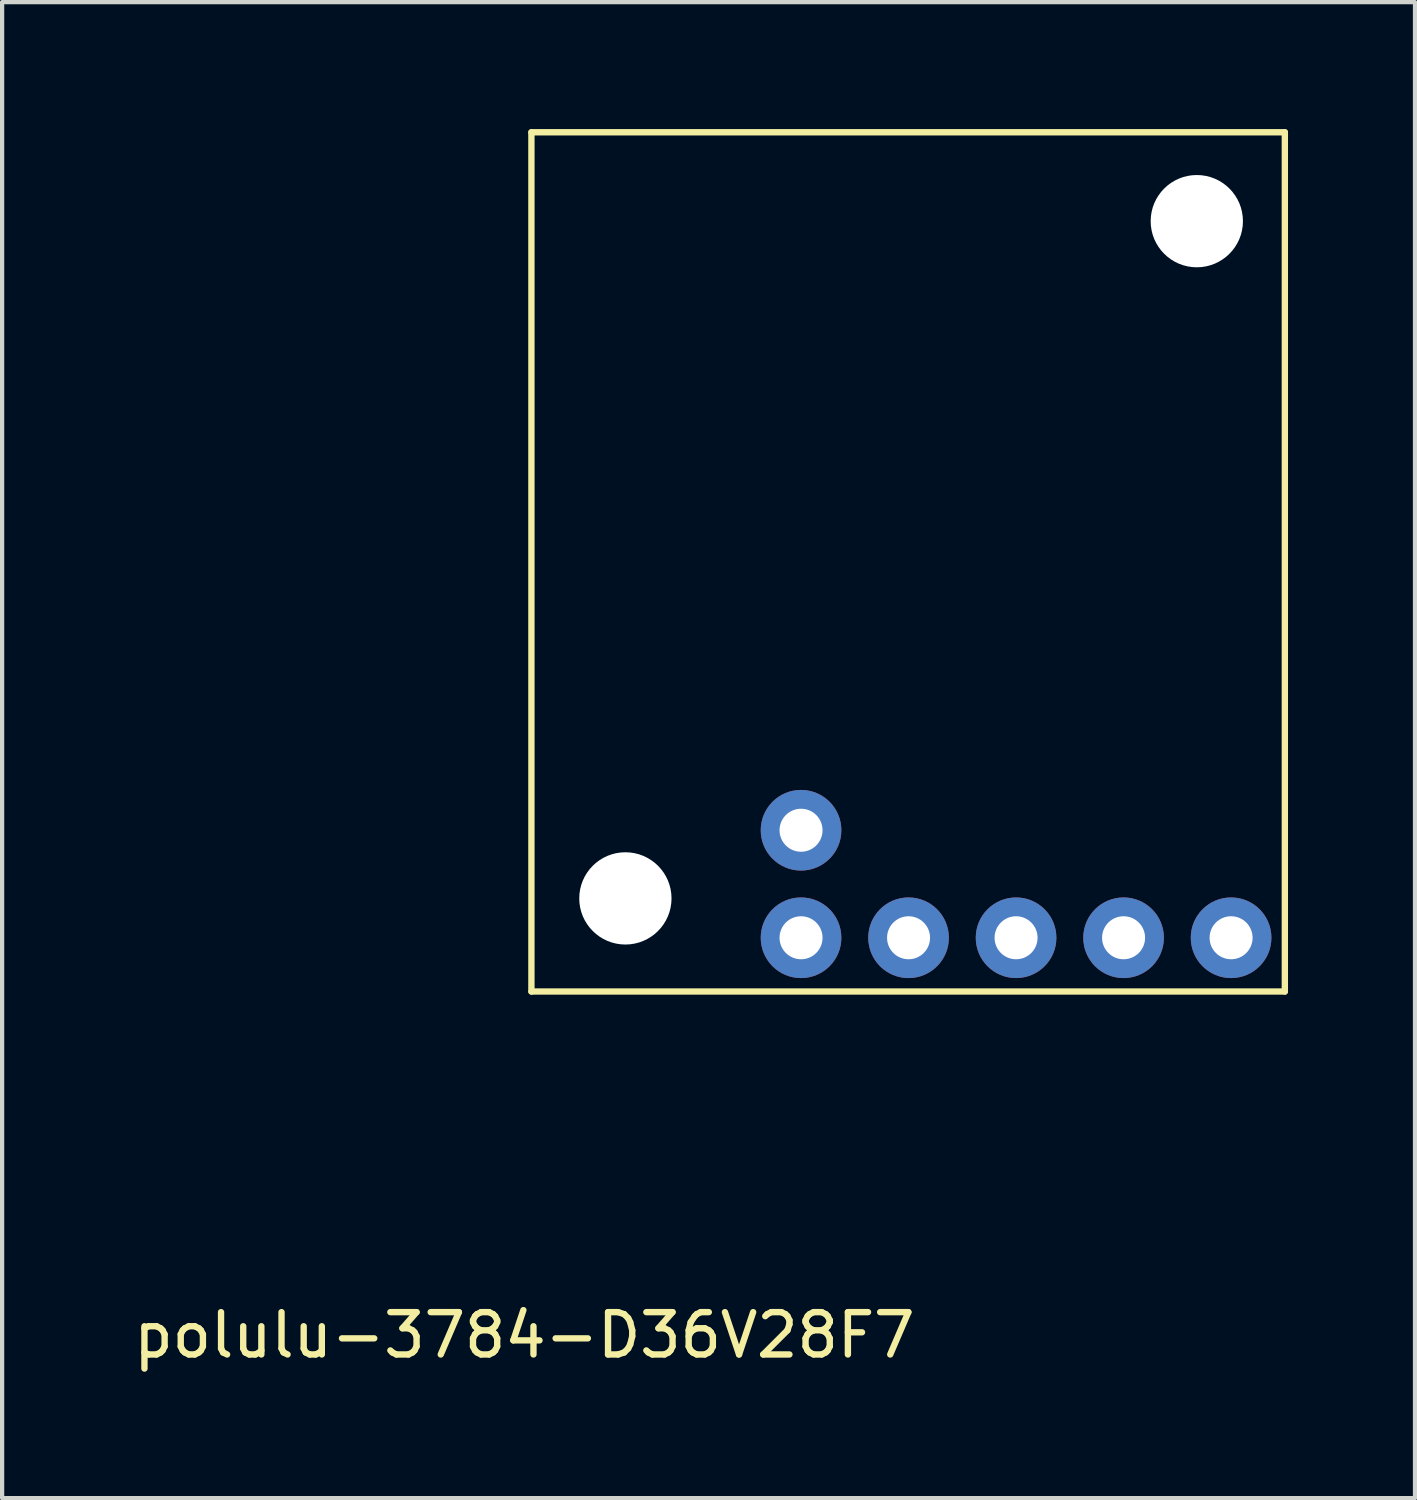
<source format=kicad_pcb>
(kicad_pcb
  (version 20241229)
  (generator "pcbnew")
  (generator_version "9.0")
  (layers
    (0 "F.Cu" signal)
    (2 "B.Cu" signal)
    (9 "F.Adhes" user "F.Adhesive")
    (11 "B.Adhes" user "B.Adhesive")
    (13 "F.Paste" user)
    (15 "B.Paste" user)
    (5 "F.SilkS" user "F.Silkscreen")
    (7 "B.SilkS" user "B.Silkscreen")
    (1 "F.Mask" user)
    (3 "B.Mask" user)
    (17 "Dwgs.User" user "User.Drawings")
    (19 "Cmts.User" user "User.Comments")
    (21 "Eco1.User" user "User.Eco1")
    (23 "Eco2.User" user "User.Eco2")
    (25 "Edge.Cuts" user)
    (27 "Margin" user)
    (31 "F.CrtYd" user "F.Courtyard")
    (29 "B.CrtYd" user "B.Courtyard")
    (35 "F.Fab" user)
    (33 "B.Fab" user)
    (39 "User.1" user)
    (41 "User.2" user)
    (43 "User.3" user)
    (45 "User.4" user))
  (footprint "polulu-3784-D36V28F7"
    (layer "F.Cu")
    (at 13.149 19.105)
    (property "Reference" "polulu-3784-D36V28F7" (at -3.81 9.39 0) (layer "F.SilkS") (effects (font (size 1 1) (thickness 0.15))))
    (attr through_hole)
    (fp_line (start -3.644 1.27) (end -3.644 -19.03) (stroke (width 0.15) (type solid)) (layer "F.SilkS"))
    (fp_line (start 14.156 -19.03) (end -3.644 -19.03) (stroke (width 0.15) (type solid)) (layer "F.SilkS"))
    (fp_line (start 14.156 1.27) (end -3.644 1.27) (stroke (width 0.15) (type solid)) (layer "F.SilkS"))
    (fp_line (start 14.156 1.27) (end 14.156 -19.03) (stroke (width 0.15) (type solid)) (layer "F.SilkS"))
    (pad "" np_thru_hole circle (at -1.424 -0.93) (size 2.18 2.18) (drill 2.18) (layers "*.Cu" "*.Mask"))
    (pad "" np_thru_hole circle (at 12.076 -16.93) (size 2.18 2.18) (drill 2.18) (layers "*.Cu" "*.Mask"))
    (pad "EN" thru_hole circle (at 2.726 0 180) (size 1.905 1.905) (drill 1.016) (layers "*.Cu" "*.Mask"))
    (pad "GND" thru_hole circle (at 7.806 0 180) (size 1.905 1.905) (drill 1.016) (layers "*.Cu" "*.Mask"))
    (pad "GND" thru_hole circle (at 10.346 0 180) (size 1.905 1.905) (drill 1.016) (layers "*.Cu" "*.Mask"))
    (pad "PG" thru_hole circle (at 2.726 -2.54 180) (size 1.905 1.905) (drill 1.016) (layers "*.Cu" "*.Mask"))
    (pad "VIN" thru_hole circle (at 5.266 0 180) (size 1.905 1.905) (drill 1.016) (layers "*.Cu" "*.Mask"))
    (pad "VOUT" thru_hole circle (at 12.886 0 180) (size 1.905 1.905) (drill 1.016) (layers "*.Cu" "*.Mask")))
  (gr_rect
    (start -3 -3)
    (end 30.38 32.343)
    (stroke (width 0.1) (type default))
    (fill no)
    (layer "Edge.Cuts")))
</source>
